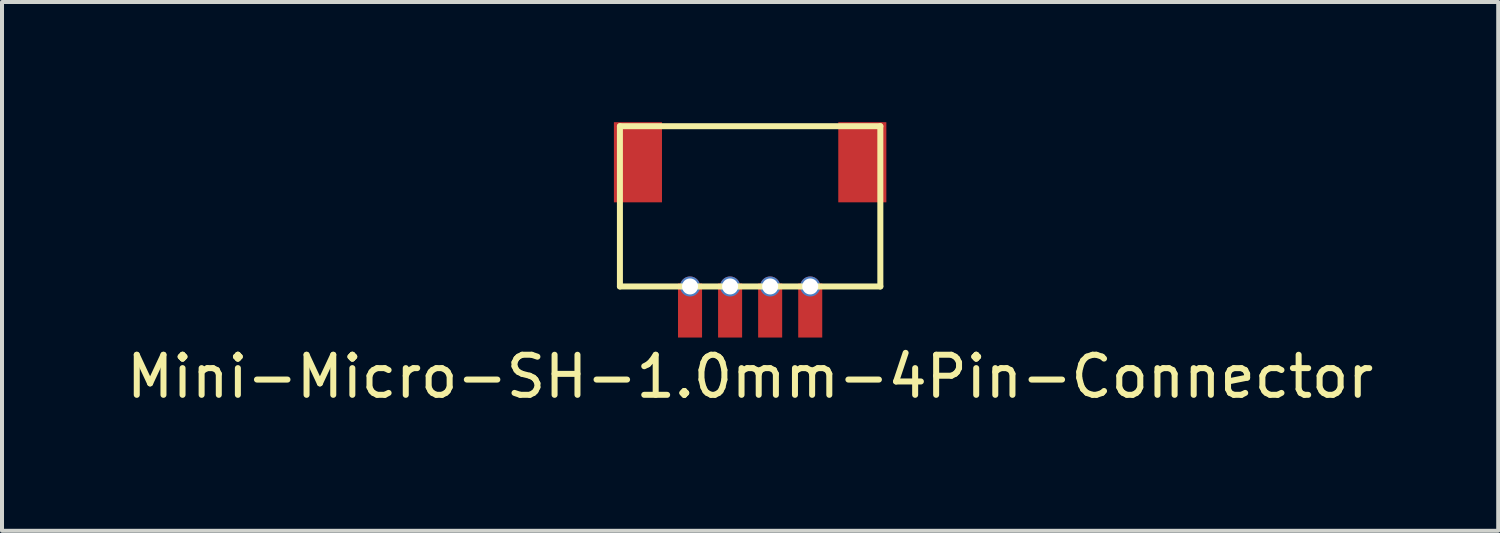
<source format=kicad_pcb>
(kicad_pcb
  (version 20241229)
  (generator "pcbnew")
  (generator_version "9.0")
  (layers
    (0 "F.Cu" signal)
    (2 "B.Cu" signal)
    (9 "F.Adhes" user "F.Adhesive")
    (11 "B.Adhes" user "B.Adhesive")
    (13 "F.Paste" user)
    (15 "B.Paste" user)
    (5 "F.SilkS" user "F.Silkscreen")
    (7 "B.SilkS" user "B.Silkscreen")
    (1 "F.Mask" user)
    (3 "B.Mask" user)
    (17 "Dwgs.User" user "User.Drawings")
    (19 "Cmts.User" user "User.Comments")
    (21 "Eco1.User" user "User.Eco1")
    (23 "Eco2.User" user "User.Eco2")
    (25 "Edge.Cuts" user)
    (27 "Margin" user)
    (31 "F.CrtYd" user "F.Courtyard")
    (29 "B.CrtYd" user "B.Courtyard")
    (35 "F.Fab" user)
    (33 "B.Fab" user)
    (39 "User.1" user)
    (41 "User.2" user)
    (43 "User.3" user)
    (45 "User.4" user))
  (footprint "Mini-Micro-SH-1.0mm-4Pin-Connector"
    (layer "F.Cu")
    (at 15.673 2.85)
    (property "Reference" "Mini-Micro-SH-1.0mm-4Pin-Connector" (at 0 3.5 0) (layer "F.SilkS") (effects (font (size 1 1) (thickness 0.15))))
    (attr through_hole)
    (fp_line (start -3.25 -2.75) (end 3.25 -2.75) (stroke (width 0.15) (type solid)) (layer "F.SilkS"))
    (fp_line (start -3.25 1.25) (end -3.25 -2.75) (stroke (width 0.15) (type solid)) (layer "F.SilkS"))
    (fp_line (start 3.25 -2.75) (end 3.25 1.25) (stroke (width 0.15) (type solid)) (layer "F.SilkS"))
    (fp_line (start 3.25 1.25) (end -3.25 1.25) (stroke (width 0.15) (type solid)) (layer "F.SilkS"))
    (pad "" smd rect (at -2.8 -1.85) (size 1.2 2) (layers "F.Cu" "F.Mask" "F.Paste"))
    (pad "" smd rect (at 2.8 -1.85) (size 1.2 2) (layers "F.Cu" "F.Mask" "F.Paste"))
    (pad "1" thru_hole circle (at 1.5 1.25) (size 0.5 0.5) (drill 0.4) (layers "*.Cu" "*.Mask"))
    (pad "1" smd rect (at 1.5 1.85) (size 0.6 1.35) (layers "F.Cu" "F.Mask" "F.Paste"))
    (pad "2" thru_hole circle (at 0.5 1.25) (size 0.5 0.5) (drill 0.4) (layers "*.Cu" "*.Mask"))
    (pad "2" smd rect (at 0.5 1.85) (size 0.6 1.35) (layers "F.Cu" "F.Mask" "F.Paste"))
    (pad "3" thru_hole circle (at -0.5 1.25) (size 0.5 0.5) (drill 0.4) (layers "*.Cu" "*.Mask"))
    (pad "3" smd rect (at -0.5 1.85) (size 0.6 1.35) (layers "F.Cu" "F.Mask" "F.Paste"))
    (pad "4" thru_hole circle (at -1.5 1.25) (size 0.5 0.5) (drill 0.4) (layers "*.Cu" "*.Mask"))
    (pad "4" smd rect (at -1.5 1.85) (size 0.6 1.35) (layers "F.Cu" "F.Mask" "F.Paste")))
  (gr_rect
    (start -3 -3)
    (end 34.345 10.198)
    (stroke (width 0.1) (type default))
    (fill no)
    (layer "Edge.Cuts")))
</source>
